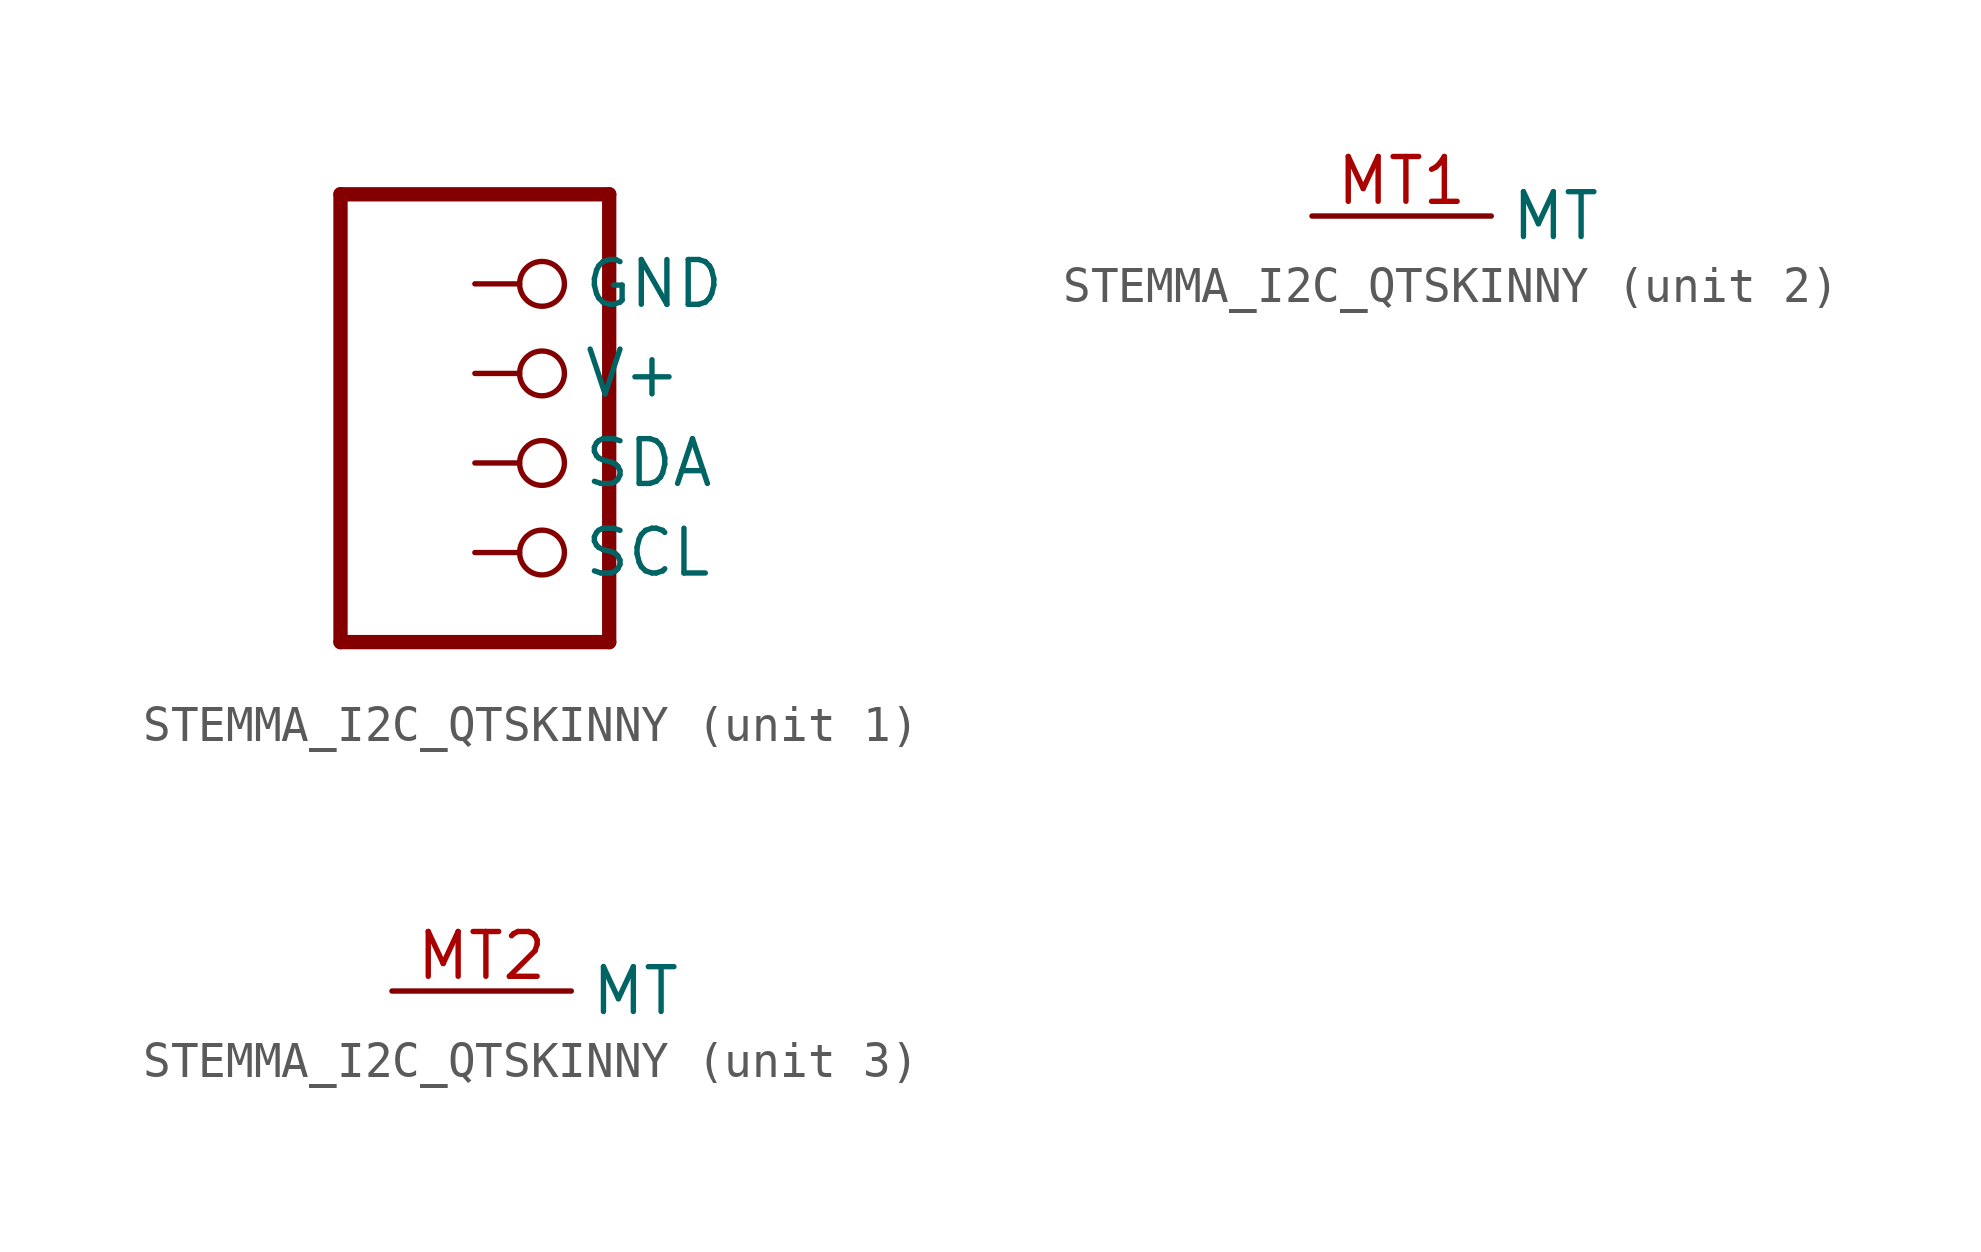
<source format=kicad_sym>
(kicad_symbol_lib
  (version 20211014)
  (generator kicad_symbol_editor)
  (symbol "STEMMA_I2C_QTSKINNY"
    (property "Reference" "CONN"
      (at -3.81 8.255 0)
      (effects (font (size 1.778 1.511)) (justify left bottom) hide))
    (property "ki_locked" ""
      (at 0 0 0)
      (effects (font (size 1.27 1.27))))
    (symbol "STEMMA_I2C_QTSKINNY_1_0"
      (polyline (pts (xy -3.81 -5.08) (xy 3.81 -5.08)) (stroke (width 0.406) (type default) (color 0 0 0 0)) (fill (type none)))
      (polyline (pts (xy -3.81 7.62) (xy -3.81 -5.08)) (stroke (width 0.406) (type default) (color 0 0 0 0)) (fill (type none)))
      (polyline (pts (xy 3.81 -5.08) (xy 3.81 7.62)) (stroke (width 0.406) (type default) (color 0 0 0 0)) (fill (type none)))
      (polyline (pts (xy 3.81 7.62) (xy -3.81 7.62)) (stroke (width 0.406) (type default) (color 0 0 0 0)) (fill (type none)))
      (pin passive inverted (at 0 5.08 0) (length 2.54) (name "GND" (effects (font (size 1.27 1.27)))) (number "1" (effects (font (size 0 0)))))
      (pin passive inverted (at 0 2.54 0) (length 2.54) (name "V+" (effects (font (size 1.27 1.27)))) (number "2" (effects (font (size 0 0)))))
      (pin passive inverted (at 0 0 0) (length 2.54) (name "SDA" (effects (font (size 1.27 1.27)))) (number "3" (effects (font (size 0 0)))))
      (pin passive inverted (at 0 -2.54 0) (length 2.54) (name "SCL" (effects (font (size 1.27 1.27)))) (number "4" (effects (font (size 0 0))))))
    (symbol "STEMMA_I2C_QTSKINNY_2_0"
      (pin bidirectional line (at 0 0 0) (length 5.08) (name "MT" (effects (font (size 1.27 1.27)))) (number "MT1" (effects (font (size 1.27 1.27))))))
    (symbol "STEMMA_I2C_QTSKINNY_3_0"
      (pin bidirectional line (at 0 0 0) (length 5.08) (name "MT" (effects (font (size 1.27 1.27)))) (number "MT2" (effects (font (size 1.27 1.27))))))))
</source>
